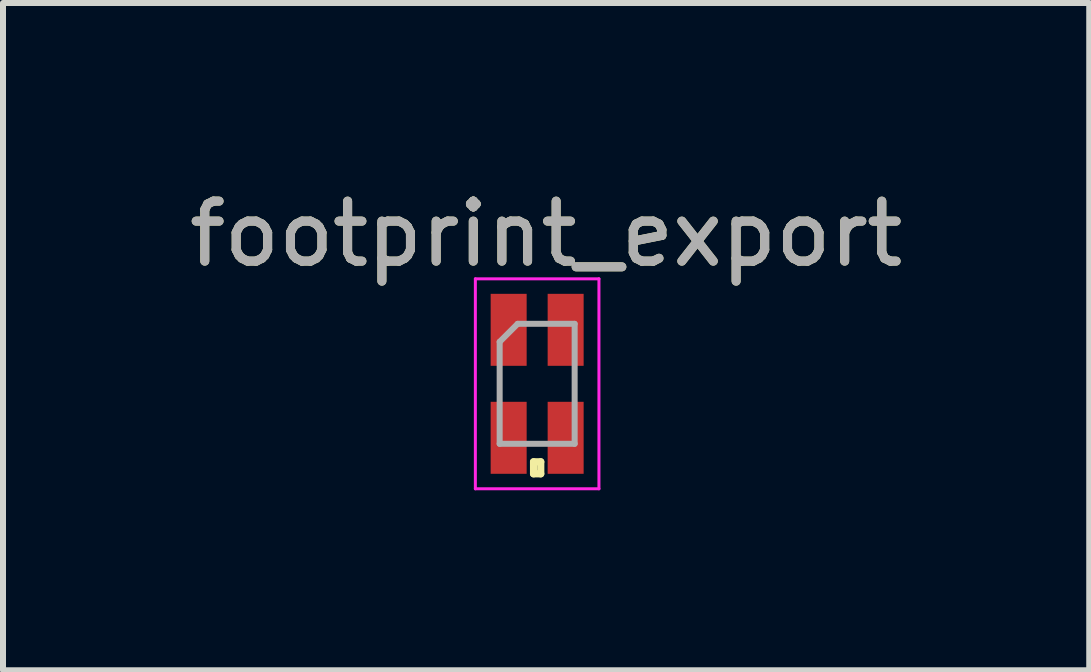
<source format=kicad_pcb>
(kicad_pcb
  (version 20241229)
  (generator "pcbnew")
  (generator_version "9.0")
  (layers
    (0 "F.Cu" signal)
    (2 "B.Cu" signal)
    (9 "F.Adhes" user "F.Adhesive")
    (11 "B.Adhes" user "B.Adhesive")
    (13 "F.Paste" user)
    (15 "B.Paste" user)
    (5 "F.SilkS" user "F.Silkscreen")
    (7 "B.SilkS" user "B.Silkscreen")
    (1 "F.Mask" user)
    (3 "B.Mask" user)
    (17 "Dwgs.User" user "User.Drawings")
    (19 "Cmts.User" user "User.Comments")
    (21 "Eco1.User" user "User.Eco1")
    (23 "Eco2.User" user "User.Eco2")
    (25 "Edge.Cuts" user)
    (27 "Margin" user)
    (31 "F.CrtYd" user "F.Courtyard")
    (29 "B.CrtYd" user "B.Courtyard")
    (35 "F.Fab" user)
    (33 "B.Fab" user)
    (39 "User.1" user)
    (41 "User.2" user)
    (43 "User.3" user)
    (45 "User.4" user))
  (footprint "footprint_export"
    (layer "F.Cu")
    (at 5.904 3.348)
    (property "Reference" "footprint_export" (at 0.15 -2.5 180) (layer "F.SilkS") (effects (font (size 1 1) (thickness 0.15))))
    (attr smd)
    (fp_line (start -0.06 1.3) (end -0.06 1.5) (stroke (width 0.12) (type solid)) (layer "F.SilkS"))
    (fp_line (start -0.06 1.5) (end 0.06 1.5) (stroke (width 0.12) (type solid)) (layer "F.SilkS"))
    (fp_line (start 0.06 1.3) (end -0.06 1.3) (stroke (width 0.12) (type solid)) (layer "F.SilkS"))
    (fp_line (start 0.06 1.5) (end 0.06 1.3) (stroke (width 0.12) (type solid)) (layer "F.SilkS"))
    (fp_line (start -1.03 -1.75) (end 1.03 -1.75) (stroke (width 0.05) (type solid)) (layer "F.CrtYd"))
    (fp_line (start -1.03 1.75) (end -1.03 -1.75) (stroke (width 0.05) (type solid)) (layer "F.CrtYd"))
    (fp_line (start 1.03 -1.75) (end 1.03 1.75) (stroke (width 0.05) (type solid)) (layer "F.CrtYd"))
    (fp_line (start 1.03 1.75) (end -1.03 1.75) (stroke (width 0.05) (type solid)) (layer "F.CrtYd"))
    (fp_line (start -0.625 -0.7) (end -0.625 1) (stroke (width 0.1) (type solid)) (layer "F.Fab"))
    (fp_line (start -0.625 -0.7) (end -0.325 -1) (stroke (width 0.1) (type solid)) (layer "F.Fab"))
    (fp_line (start -0.625 1) (end 0.625 1) (stroke (width 0.1) (type solid)) (layer "F.Fab"))
    (fp_line (start 0.625 -1) (end -0.325 -1) (stroke (width 0.1) (type solid)) (layer "F.Fab"))
    (fp_line (start 0.625 1) (end 0.625 -1) (stroke (width 0.1) (type solid)) (layer "F.Fab"))
    (fp_text user "${REFERENCE}" (at 0.15 -2.5 180) (layer "F.Fab") (effects (font (size 1 1) (thickness 0.15))))
    (pad "1" smd rect (at -0.475 -0.9 90) (size 1.2 0.6) (layers "F.Cu" "F.Mask" "F.Paste"))
    (pad "2" smd rect (at -0.475 0.9 90) (size 1.2 0.6) (layers "F.Cu" "F.Mask" "F.Paste"))
    (pad "3" smd rect (at 0.475 0.9 90) (size 1.2 0.6) (layers "F.Cu" "F.Mask" "F.Paste"))
    (pad "4" smd rect (at 0.475 -0.9 90) (size 1.2 0.6) (layers "F.Cu" "F.Mask" "F.Paste")))
  (gr_rect
    (start -3 -3)
    (end 15.107 8.123)
    (stroke (width 0.1) (type default))
    (fill no)
    (layer "Edge.Cuts")))
</source>
